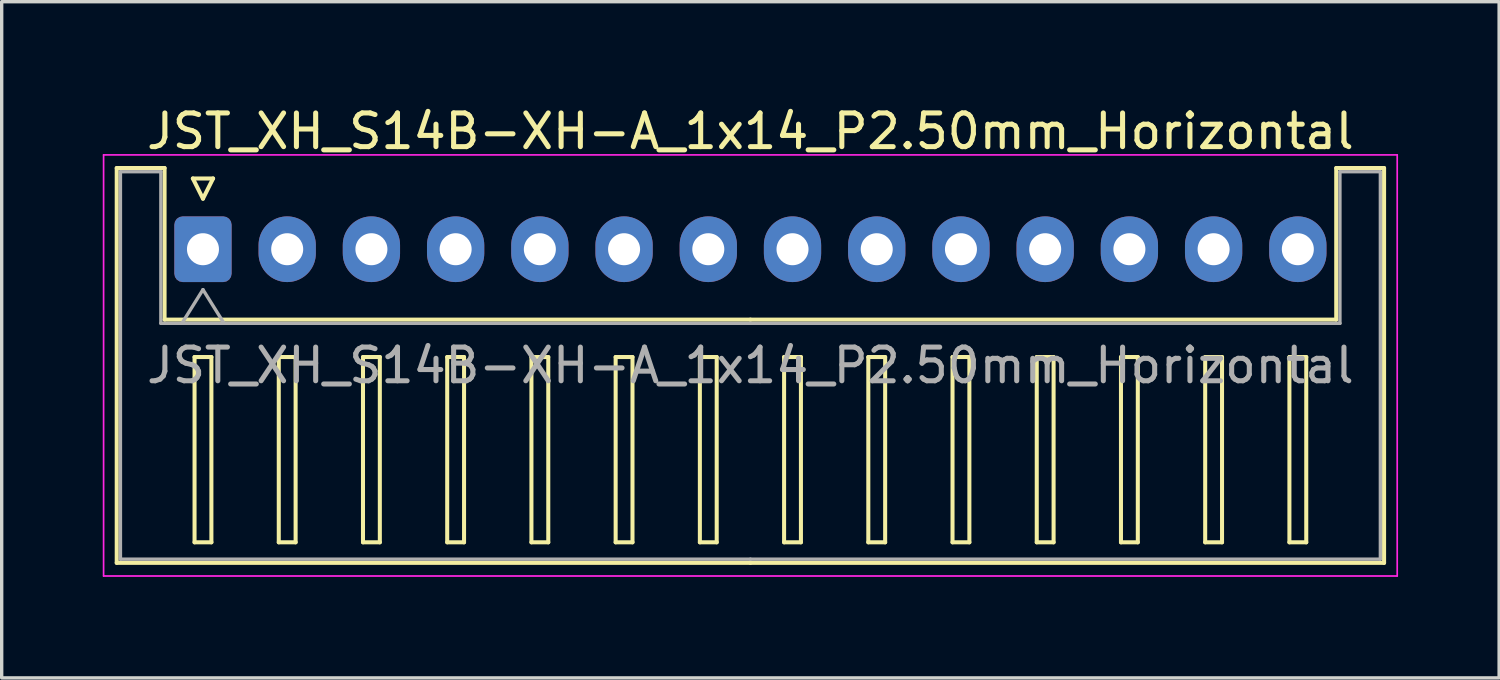
<source format=kicad_pcb>
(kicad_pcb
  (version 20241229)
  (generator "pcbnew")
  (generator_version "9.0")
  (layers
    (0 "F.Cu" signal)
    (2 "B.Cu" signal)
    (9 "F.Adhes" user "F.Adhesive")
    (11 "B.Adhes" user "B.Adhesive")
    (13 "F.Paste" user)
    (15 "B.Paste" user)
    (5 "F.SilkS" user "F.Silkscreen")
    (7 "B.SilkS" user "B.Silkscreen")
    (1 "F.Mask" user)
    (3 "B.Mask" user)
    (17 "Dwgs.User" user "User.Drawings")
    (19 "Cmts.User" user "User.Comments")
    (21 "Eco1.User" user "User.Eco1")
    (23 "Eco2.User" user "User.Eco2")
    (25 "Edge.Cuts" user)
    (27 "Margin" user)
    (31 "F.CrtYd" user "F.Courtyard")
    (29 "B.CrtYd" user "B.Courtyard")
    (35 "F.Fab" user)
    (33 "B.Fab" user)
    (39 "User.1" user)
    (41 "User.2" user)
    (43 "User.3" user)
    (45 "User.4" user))
  (footprint "JST_XH_S14B-XH-A_1x14_P2.50mm_Horizontal"
    (layer "F.Cu")
    (at 2.975 4.348)
    (property "Reference" "JST_XH_S14B-XH-A_1x14_P2.50mm_Horizontal" (at 16.25 -3.5 0) (layer "F.SilkS") (effects (font (size 1 1) (thickness 0.15))))
    (attr through_hole)
    (fp_line (start -2.56 -2.41) (end -1.14 -2.41) (stroke (width 0.12) (type solid)) (layer "F.SilkS"))
    (fp_line (start -2.56 9.31) (end -2.56 -2.41) (stroke (width 0.12) (type solid)) (layer "F.SilkS"))
    (fp_line (start -1.14 -2.41) (end -1.14 2.09) (stroke (width 0.12) (type solid)) (layer "F.SilkS"))
    (fp_line (start -1.14 2.09) (end 16.25 2.09) (stroke (width 0.12) (type solid)) (layer "F.SilkS"))
    (fp_line (start -0.3 -2.1) (end 0.3 -2.1) (stroke (width 0.12) (type solid)) (layer "F.SilkS"))
    (fp_line (start -0.25 3.2) (end -0.25 8.7) (stroke (width 0.12) (type solid)) (layer "F.SilkS"))
    (fp_line (start -0.25 8.7) (end 0.25 8.7) (stroke (width 0.12) (type solid)) (layer "F.SilkS"))
    (fp_line (start 0 -1.5) (end -0.3 -2.1) (stroke (width 0.12) (type solid)) (layer "F.SilkS"))
    (fp_line (start 0.25 3.2) (end -0.25 3.2) (stroke (width 0.12) (type solid)) (layer "F.SilkS"))
    (fp_line (start 0.25 8.7) (end 0.25 3.2) (stroke (width 0.12) (type solid)) (layer "F.SilkS"))
    (fp_line (start 0.3 -2.1) (end 0 -1.5) (stroke (width 0.12) (type solid)) (layer "F.SilkS"))
    (fp_line (start 2.25 3.2) (end 2.25 8.7) (stroke (width 0.12) (type solid)) (layer "F.SilkS"))
    (fp_line (start 2.25 8.7) (end 2.75 8.7) (stroke (width 0.12) (type solid)) (layer "F.SilkS"))
    (fp_line (start 2.75 3.2) (end 2.25 3.2) (stroke (width 0.12) (type solid)) (layer "F.SilkS"))
    (fp_line (start 2.75 8.7) (end 2.75 3.2) (stroke (width 0.12) (type solid)) (layer "F.SilkS"))
    (fp_line (start 4.75 3.2) (end 4.75 8.7) (stroke (width 0.12) (type solid)) (layer "F.SilkS"))
    (fp_line (start 4.75 8.7) (end 5.25 8.7) (stroke (width 0.12) (type solid)) (layer "F.SilkS"))
    (fp_line (start 5.25 3.2) (end 4.75 3.2) (stroke (width 0.12) (type solid)) (layer "F.SilkS"))
    (fp_line (start 5.25 8.7) (end 5.25 3.2) (stroke (width 0.12) (type solid)) (layer "F.SilkS"))
    (fp_line (start 7.25 3.2) (end 7.25 8.7) (stroke (width 0.12) (type solid)) (layer "F.SilkS"))
    (fp_line (start 7.25 8.7) (end 7.75 8.7) (stroke (width 0.12) (type solid)) (layer "F.SilkS"))
    (fp_line (start 7.75 3.2) (end 7.25 3.2) (stroke (width 0.12) (type solid)) (layer "F.SilkS"))
    (fp_line (start 7.75 8.7) (end 7.75 3.2) (stroke (width 0.12) (type solid)) (layer "F.SilkS"))
    (fp_line (start 9.75 3.2) (end 9.75 8.7) (stroke (width 0.12) (type solid)) (layer "F.SilkS"))
    (fp_line (start 9.75 8.7) (end 10.25 8.7) (stroke (width 0.12) (type solid)) (layer "F.SilkS"))
    (fp_line (start 10.25 3.2) (end 9.75 3.2) (stroke (width 0.12) (type solid)) (layer "F.SilkS"))
    (fp_line (start 10.25 8.7) (end 10.25 3.2) (stroke (width 0.12) (type solid)) (layer "F.SilkS"))
    (fp_line (start 12.25 3.2) (end 12.25 8.7) (stroke (width 0.12) (type solid)) (layer "F.SilkS"))
    (fp_line (start 12.25 8.7) (end 12.75 8.7) (stroke (width 0.12) (type solid)) (layer "F.SilkS"))
    (fp_line (start 12.75 3.2) (end 12.25 3.2) (stroke (width 0.12) (type solid)) (layer "F.SilkS"))
    (fp_line (start 12.75 8.7) (end 12.75 3.2) (stroke (width 0.12) (type solid)) (layer "F.SilkS"))
    (fp_line (start 14.75 3.2) (end 14.75 8.7) (stroke (width 0.12) (type solid)) (layer "F.SilkS"))
    (fp_line (start 14.75 8.7) (end 15.25 8.7) (stroke (width 0.12) (type solid)) (layer "F.SilkS"))
    (fp_line (start 15.25 3.2) (end 14.75 3.2) (stroke (width 0.12) (type solid)) (layer "F.SilkS"))
    (fp_line (start 15.25 8.7) (end 15.25 3.2) (stroke (width 0.12) (type solid)) (layer "F.SilkS"))
    (fp_line (start 16.25 9.31) (end -2.56 9.31) (stroke (width 0.12) (type solid)) (layer "F.SilkS"))
    (fp_line (start 16.25 9.31) (end 35.06 9.31) (stroke (width 0.12) (type solid)) (layer "F.SilkS"))
    (fp_line (start 17.25 3.2) (end 17.25 8.7) (stroke (width 0.12) (type solid)) (layer "F.SilkS"))
    (fp_line (start 17.25 8.7) (end 17.75 8.7) (stroke (width 0.12) (type solid)) (layer "F.SilkS"))
    (fp_line (start 17.75 3.2) (end 17.25 3.2) (stroke (width 0.12) (type solid)) (layer "F.SilkS"))
    (fp_line (start 17.75 8.7) (end 17.75 3.2) (stroke (width 0.12) (type solid)) (layer "F.SilkS"))
    (fp_line (start 19.75 3.2) (end 19.75 8.7) (stroke (width 0.12) (type solid)) (layer "F.SilkS"))
    (fp_line (start 19.75 8.7) (end 20.25 8.7) (stroke (width 0.12) (type solid)) (layer "F.SilkS"))
    (fp_line (start 20.25 3.2) (end 19.75 3.2) (stroke (width 0.12) (type solid)) (layer "F.SilkS"))
    (fp_line (start 20.25 8.7) (end 20.25 3.2) (stroke (width 0.12) (type solid)) (layer "F.SilkS"))
    (fp_line (start 22.25 3.2) (end 22.25 8.7) (stroke (width 0.12) (type solid)) (layer "F.SilkS"))
    (fp_line (start 22.25 8.7) (end 22.75 8.7) (stroke (width 0.12) (type solid)) (layer "F.SilkS"))
    (fp_line (start 22.75 3.2) (end 22.25 3.2) (stroke (width 0.12) (type solid)) (layer "F.SilkS"))
    (fp_line (start 22.75 8.7) (end 22.75 3.2) (stroke (width 0.12) (type solid)) (layer "F.SilkS"))
    (fp_line (start 24.75 3.2) (end 24.75 8.7) (stroke (width 0.12) (type solid)) (layer "F.SilkS"))
    (fp_line (start 24.75 8.7) (end 25.25 8.7) (stroke (width 0.12) (type solid)) (layer "F.SilkS"))
    (fp_line (start 25.25 3.2) (end 24.75 3.2) (stroke (width 0.12) (type solid)) (layer "F.SilkS"))
    (fp_line (start 25.25 8.7) (end 25.25 3.2) (stroke (width 0.12) (type solid)) (layer "F.SilkS"))
    (fp_line (start 27.25 3.2) (end 27.25 8.7) (stroke (width 0.12) (type solid)) (layer "F.SilkS"))
    (fp_line (start 27.25 8.7) (end 27.75 8.7) (stroke (width 0.12) (type solid)) (layer "F.SilkS"))
    (fp_line (start 27.75 3.2) (end 27.25 3.2) (stroke (width 0.12) (type solid)) (layer "F.SilkS"))
    (fp_line (start 27.75 8.7) (end 27.75 3.2) (stroke (width 0.12) (type solid)) (layer "F.SilkS"))
    (fp_line (start 29.75 3.2) (end 29.75 8.7) (stroke (width 0.12) (type solid)) (layer "F.SilkS"))
    (fp_line (start 29.75 8.7) (end 30.25 8.7) (stroke (width 0.12) (type solid)) (layer "F.SilkS"))
    (fp_line (start 30.25 3.2) (end 29.75 3.2) (stroke (width 0.12) (type solid)) (layer "F.SilkS"))
    (fp_line (start 30.25 8.7) (end 30.25 3.2) (stroke (width 0.12) (type solid)) (layer "F.SilkS"))
    (fp_line (start 32.25 3.2) (end 32.25 8.7) (stroke (width 0.12) (type solid)) (layer "F.SilkS"))
    (fp_line (start 32.25 8.7) (end 32.75 8.7) (stroke (width 0.12) (type solid)) (layer "F.SilkS"))
    (fp_line (start 32.75 3.2) (end 32.25 3.2) (stroke (width 0.12) (type solid)) (layer "F.SilkS"))
    (fp_line (start 32.75 8.7) (end 32.75 3.2) (stroke (width 0.12) (type solid)) (layer "F.SilkS"))
    (fp_line (start 33.64 -2.41) (end 33.64 2.09) (stroke (width 0.12) (type solid)) (layer "F.SilkS"))
    (fp_line (start 33.64 2.09) (end 16.25 2.09) (stroke (width 0.12) (type solid)) (layer "F.SilkS"))
    (fp_line (start 35.06 -2.41) (end 33.64 -2.41) (stroke (width 0.12) (type solid)) (layer "F.SilkS"))
    (fp_line (start 35.06 9.31) (end 35.06 -2.41) (stroke (width 0.12) (type solid)) (layer "F.SilkS"))
    (fp_line (start -2.95 -2.8) (end -2.95 9.7) (stroke (width 0.05) (type solid)) (layer "F.CrtYd"))
    (fp_line (start -2.95 9.7) (end 35.45 9.7) (stroke (width 0.05) (type solid)) (layer "F.CrtYd"))
    (fp_line (start 35.45 -2.8) (end -2.95 -2.8) (stroke (width 0.05) (type solid)) (layer "F.CrtYd"))
    (fp_line (start 35.45 9.7) (end 35.45 -2.8) (stroke (width 0.05) (type solid)) (layer "F.CrtYd"))
    (fp_line (start -2.45 -2.3) (end -1.25 -2.3) (stroke (width 0.1) (type solid)) (layer "F.Fab"))
    (fp_line (start -2.45 9.2) (end -2.45 -2.3) (stroke (width 0.1) (type solid)) (layer "F.Fab"))
    (fp_line (start -1.25 -2.3) (end -1.25 2.2) (stroke (width 0.1) (type solid)) (layer "F.Fab"))
    (fp_line (start -1.25 2.2) (end 16.25 2.2) (stroke (width 0.1) (type solid)) (layer "F.Fab"))
    (fp_line (start -0.625 2.2) (end 0 1.2) (stroke (width 0.1) (type solid)) (layer "F.Fab"))
    (fp_line (start 0 1.2) (end 0.625 2.2) (stroke (width 0.1) (type solid)) (layer "F.Fab"))
    (fp_line (start 16.25 9.2) (end -2.45 9.2) (stroke (width 0.1) (type solid)) (layer "F.Fab"))
    (fp_line (start 16.25 9.2) (end 34.95 9.2) (stroke (width 0.1) (type solid)) (layer "F.Fab"))
    (fp_line (start 33.75 -2.3) (end 33.75 2.2) (stroke (width 0.1) (type solid)) (layer "F.Fab"))
    (fp_line (start 33.75 2.2) (end 16.25 2.2) (stroke (width 0.1) (type solid)) (layer "F.Fab"))
    (fp_line (start 34.95 -2.3) (end 33.75 -2.3) (stroke (width 0.1) (type solid)) (layer "F.Fab"))
    (fp_line (start 34.95 9.2) (end 34.95 -2.3) (stroke (width 0.1) (type solid)) (layer "F.Fab"))
    (fp_text user "${REFERENCE}" (at 16.25 3.45 0) (layer "F.Fab") (effects (font (size 1 1) (thickness 0.15))))
    (pad "1" thru_hole roundrect (at 0 0) (size 1.7 1.95) (drill 0.95) (layers "*.Cu" "*.Mask") (roundrect_rratio 0.147))
    (pad "2" thru_hole oval (at 2.5 0) (size 1.7 1.95) (drill 0.95) (layers "*.Cu" "*.Mask"))
    (pad "3" thru_hole oval (at 5 0) (size 1.7 1.95) (drill 0.95) (layers "*.Cu" "*.Mask"))
    (pad "4" thru_hole oval (at 7.5 0) (size 1.7 1.95) (drill 0.95) (layers "*.Cu" "*.Mask"))
    (pad "5" thru_hole oval (at 10 0) (size 1.7 1.95) (drill 0.95) (layers "*.Cu" "*.Mask"))
    (pad "6" thru_hole oval (at 12.5 0) (size 1.7 1.95) (drill 0.95) (layers "*.Cu" "*.Mask"))
    (pad "7" thru_hole oval (at 15 0) (size 1.7 1.95) (drill 0.95) (layers "*.Cu" "*.Mask"))
    (pad "8" thru_hole oval (at 17.5 0) (size 1.7 1.95) (drill 0.95) (layers "*.Cu" "*.Mask"))
    (pad "9" thru_hole oval (at 20 0) (size 1.7 1.95) (drill 0.95) (layers "*.Cu" "*.Mask"))
    (pad "10" thru_hole oval (at 22.5 0) (size 1.7 1.95) (drill 0.95) (layers "*.Cu" "*.Mask"))
    (pad "11" thru_hole oval (at 25 0) (size 1.7 1.95) (drill 0.95) (layers "*.Cu" "*.Mask"))
    (pad "12" thru_hole oval (at 27.5 0) (size 1.7 1.95) (drill 0.95) (layers "*.Cu" "*.Mask"))
    (pad "13" thru_hole oval (at 30 0) (size 1.7 1.95) (drill 0.95) (layers "*.Cu" "*.Mask"))
    (pad "14" thru_hole oval (at 32.5 0) (size 1.7 1.95) (drill 0.95) (layers "*.Cu" "*.Mask")))
  (gr_rect
    (start -3 -3)
    (end 41.45 17.073)
    (stroke (width 0.1) (type default))
    (fill no)
    (layer "Edge.Cuts")))
</source>
